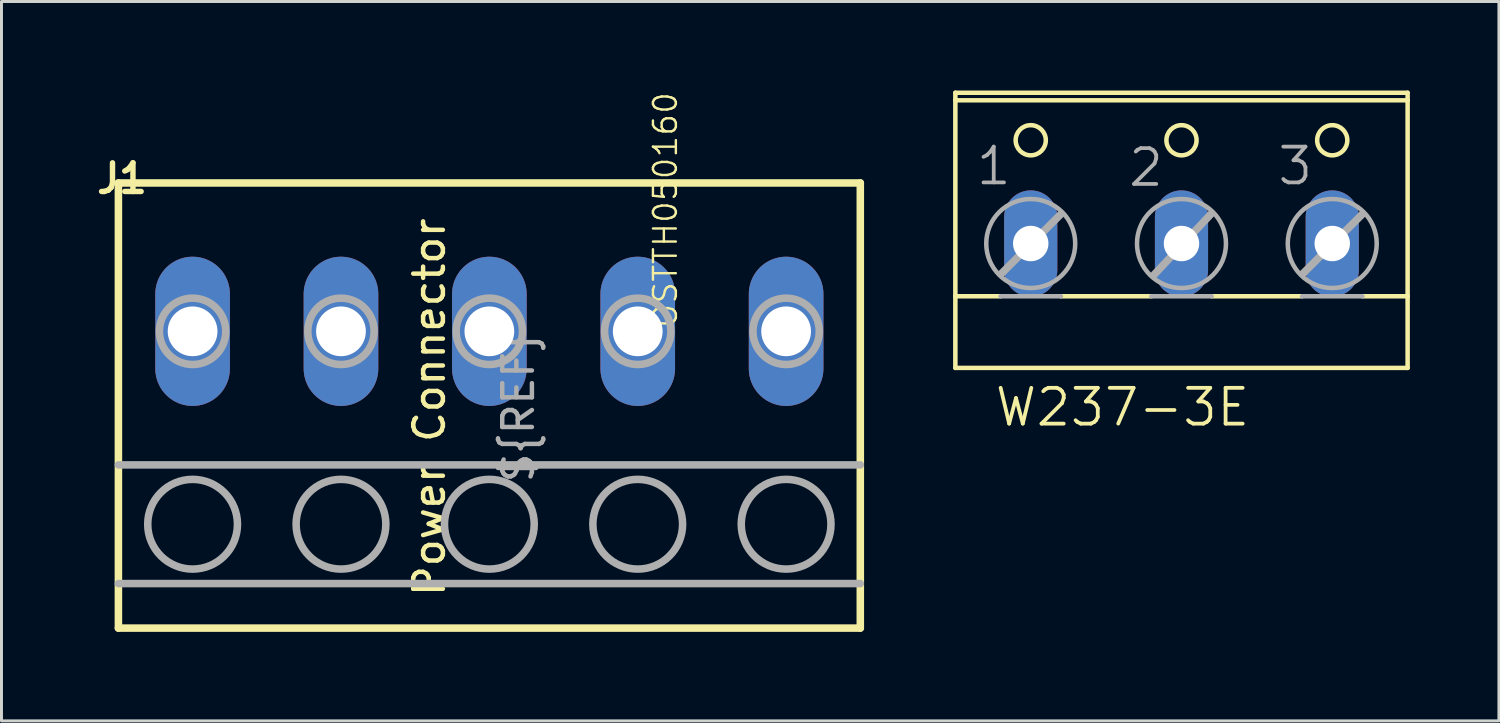
<source format=kicad_pcb>
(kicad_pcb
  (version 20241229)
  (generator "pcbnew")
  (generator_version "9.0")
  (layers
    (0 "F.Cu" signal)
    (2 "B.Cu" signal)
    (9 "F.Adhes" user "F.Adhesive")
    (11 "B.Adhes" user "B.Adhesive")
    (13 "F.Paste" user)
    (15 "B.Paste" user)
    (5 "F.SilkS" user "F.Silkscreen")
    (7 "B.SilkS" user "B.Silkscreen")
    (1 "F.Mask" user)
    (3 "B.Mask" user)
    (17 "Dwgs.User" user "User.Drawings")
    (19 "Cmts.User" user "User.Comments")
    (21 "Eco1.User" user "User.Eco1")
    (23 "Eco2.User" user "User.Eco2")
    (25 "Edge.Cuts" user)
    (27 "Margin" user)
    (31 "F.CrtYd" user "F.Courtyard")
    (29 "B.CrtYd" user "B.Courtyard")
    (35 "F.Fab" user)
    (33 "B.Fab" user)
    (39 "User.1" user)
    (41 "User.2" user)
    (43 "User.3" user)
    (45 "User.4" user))
  (footprint "Power Connector"
    (layer "F.Cu")
    (at 13.189 9.909)
    (property "Reference" "Power Connector" (at -1.77 0.762 90) (unlocked yes) (layer "F.SilkS") (effects (font (size 1 1) (thickness 0.15))))
    (attr through_hole)
    (fp_line (start -12.249 -6.794) (end 12.751 -6.794) (stroke (width 0.254) (type solid)) (layer "F.SilkS"))
    (fp_line (start -12.249 8.206) (end -12.249 -6.794) (stroke (width 0.254) (type solid)) (layer "F.SilkS"))
    (fp_line (start 12.751 -6.794) (end 12.751 8.206) (stroke (width 0.254) (type solid)) (layer "F.SilkS"))
    (fp_line (start 12.751 8.206) (end -12.249 8.206) (stroke (width 0.254) (type solid)) (layer "F.SilkS"))
    (fp_line (start -12.249 2.706) (end 12.751 2.706) (stroke (width 0.254) (type solid)) (layer "F.Fab"))
    (fp_line (start -12.249 6.706) (end 12.751 6.706) (stroke (width 0.254) (type solid)) (layer "F.Fab"))
    (fp_circle (center -9.749 -1.794) (end -8.631 -1.794) (stroke (width 0.254) (type solid)) (fill no) (layer "F.Fab"))
    (fp_circle (center -9.749 4.706) (end -8.237 4.706) (stroke (width 0.254) (type solid)) (fill no) (layer "F.Fab"))
    (fp_circle (center -4.749 -1.794) (end -3.631 -1.794) (stroke (width 0.254) (type solid)) (fill no) (layer "F.Fab"))
    (fp_circle (center -4.749 4.706) (end -3.237 4.706) (stroke (width 0.254) (type solid)) (fill no) (layer "F.Fab"))
    (fp_circle (center 0.251 -1.794) (end 1.369 -1.794) (stroke (width 0.254) (type solid)) (fill no) (layer "F.Fab"))
    (fp_circle (center 0.251 4.706) (end 1.763 4.706) (stroke (width 0.254) (type solid)) (fill no) (layer "F.Fab"))
    (fp_circle (center 5.251 -1.794) (end 6.369 -1.794) (stroke (width 0.254) (type solid)) (fill no) (layer "F.Fab"))
    (fp_circle (center 5.251 4.706) (end 6.763 4.706) (stroke (width 0.254) (type solid)) (fill no) (layer "F.Fab"))
    (fp_circle (center 10.251 -1.794) (end 11.369 -1.794) (stroke (width 0.254) (type solid)) (fill no) (layer "F.Fab"))
    (fp_circle (center 10.251 4.706) (end 11.763 4.706) (stroke (width 0.254) (type solid)) (fill no) (layer "F.Fab"))
    (fp_text user "OSTTH050160" (at 5.731 -9.909 270) (layer "F.SilkS") (effects (font (size 0.772 0.772) (thickness 0.081)) (justify right top)))
    (fp_text user "J1" (at -11.179 -7.509 0) (layer "F.SilkS") (effects (font (size 0.965 0.965) (thickness 0.183)) (justify right top)))
    (fp_text user "${REF}" (at 1.23 0.762 90) (unlocked yes) (layer "F.Fab") (effects (font (size 1 1) (thickness 0.15))))
    (pad "1" thru_hole oval (at -9.749 -1.794 90) (size 5.029 2.515) (drill 1.676) (layers "*.Cu" "*.Mask"))
    (pad "2" thru_hole oval (at -4.749 -1.794 90) (size 5.029 2.515) (drill 1.676) (layers "*.Cu" "*.Mask"))
    (pad "3" thru_hole oval (at 0.251 -1.794 90) (size 5.029 2.515) (drill 1.676) (layers "*.Cu" "*.Mask"))
    (pad "4" thru_hole oval (at 5.251 -1.794 90) (size 5.029 2.515) (drill 1.676) (layers "*.Cu" "*.Mask"))
    (pad "5" thru_hole oval (at 10.251 -1.794 90) (size 5.029 2.515) (drill 1.676) (layers "*.Cu" "*.Mask")))
  (footprint "W237-3E"
    (layer "F.Cu")
    (at 36.763 4.521)
    (property "Reference" "W237-3E" (at -6.35 6.858 0) (layer "F.SilkS") (effects (font (size 1.206 1.206) (thickness 0.127)) (justify left bottom)))
    (attr through_hole)
    (fp_line (start -7.62 -4.191) (end -7.62 -4.445) (stroke (width 0.152) (type solid)) (layer "F.SilkS"))
    (fp_line (start -7.62 -4.191) (end 7.62 -4.191) (stroke (width 0.152) (type solid)) (layer "F.SilkS"))
    (fp_line (start -7.62 2.413) (end -7.62 -4.191) (stroke (width 0.152) (type solid)) (layer "F.SilkS"))
    (fp_line (start -7.62 2.413) (end -6.096 2.413) (stroke (width 0.152) (type solid)) (layer "F.SilkS"))
    (fp_line (start -7.62 4.826) (end -7.62 2.413) (stroke (width 0.152) (type solid)) (layer "F.SilkS"))
    (fp_line (start -7.62 4.826) (end 7.62 4.826) (stroke (width 0.152) (type solid)) (layer "F.SilkS"))
    (fp_line (start -4.064 2.413) (end -1.016 2.413) (stroke (width 0.152) (type solid)) (layer "F.SilkS"))
    (fp_line (start 1.016 2.413) (end 4.064 2.413) (stroke (width 0.152) (type solid)) (layer "F.SilkS"))
    (fp_line (start 6.096 2.413) (end 7.62 2.413) (stroke (width 0.152) (type solid)) (layer "F.SilkS"))
    (fp_line (start 7.62 -4.445) (end -7.62 -4.445) (stroke (width 0.152) (type solid)) (layer "F.SilkS"))
    (fp_line (start 7.62 -4.445) (end 7.62 -4.191) (stroke (width 0.152) (type solid)) (layer "F.SilkS"))
    (fp_line (start 7.62 -4.191) (end 7.62 2.413) (stroke (width 0.152) (type solid)) (layer "F.SilkS"))
    (fp_line (start 7.62 2.413) (end 7.62 4.826) (stroke (width 0.152) (type solid)) (layer "F.SilkS"))
    (fp_circle (center -5.08 -2.845) (end -4.572 -2.845) (stroke (width 0.152) (type solid)) (fill no) (layer "F.SilkS"))
    (fp_circle (center 0 -2.845) (end 0.508 -2.845) (stroke (width 0.152) (type solid)) (fill no) (layer "F.SilkS"))
    (fp_circle (center 5.08 -2.845) (end 5.588 -2.845) (stroke (width 0.152) (type solid)) (fill no) (layer "F.SilkS"))
    (fp_line (start -6.096 2.413) (end -4.064 2.413) (stroke (width 0.152) (type solid)) (layer "F.Fab"))
    (fp_line (start -6.071 1.651) (end -4.064 -0.356) (stroke (width 0.254) (type solid)) (layer "F.Fab"))
    (fp_line (start -1.016 2.413) (end 1.016 2.413) (stroke (width 0.152) (type solid)) (layer "F.Fab"))
    (fp_line (start -0.914 1.676) (end 0.991 -0.356) (stroke (width 0.254) (type solid)) (layer "F.Fab"))
    (fp_line (start 4.064 2.413) (end 6.096 2.413) (stroke (width 0.152) (type solid)) (layer "F.Fab"))
    (fp_line (start 4.089 1.651) (end 6.096 -0.356) (stroke (width 0.254) (type solid)) (layer "F.Fab"))
    (fp_circle (center -5.08 0.635) (end -3.581 0.635) (stroke (width 0.152) (type solid)) (fill no) (layer "F.Fab"))
    (fp_circle (center 0 0.635) (end 1.499 0.635) (stroke (width 0.152) (type solid)) (fill no) (layer "F.Fab"))
    (fp_circle (center 5.08 0.635) (end 6.579 0.635) (stroke (width 0.152) (type solid)) (fill no) (layer "F.Fab"))
    (fp_text user "1" (at -6.985 -1.27 0) (layer "F.Fab") (effects (font (size 1.206 1.206) (thickness 0.127)) (justify left bottom)))
    (fp_text user "2" (at -1.854 -1.219 0) (layer "F.Fab") (effects (font (size 1.206 1.206) (thickness 0.127)) (justify left bottom)))
    (fp_text user "3" (at 3.175 -1.27 0) (layer "F.Fab") (effects (font (size 1.206 1.206) (thickness 0.127)) (justify left bottom)))
    (pad "1" thru_hole oval (at -5.08 0.635 90) (size 3.581 1.791) (drill 1.194) (layers "*.Cu" "*.Mask"))
    (pad "2" thru_hole oval (at 0 0.635 90) (size 3.581 1.791) (drill 1.194) (layers "*.Cu" "*.Mask"))
    (pad "3" thru_hole oval (at 5.08 0.635 90) (size 3.581 1.791) (drill 1.194) (layers "*.Cu" "*.Mask")))
  (gr_rect
    (start -3 -3)
    (end 47.46 21.242)
    (stroke (width 0.1) (type default))
    (fill no)
    (layer "Edge.Cuts")))
</source>
